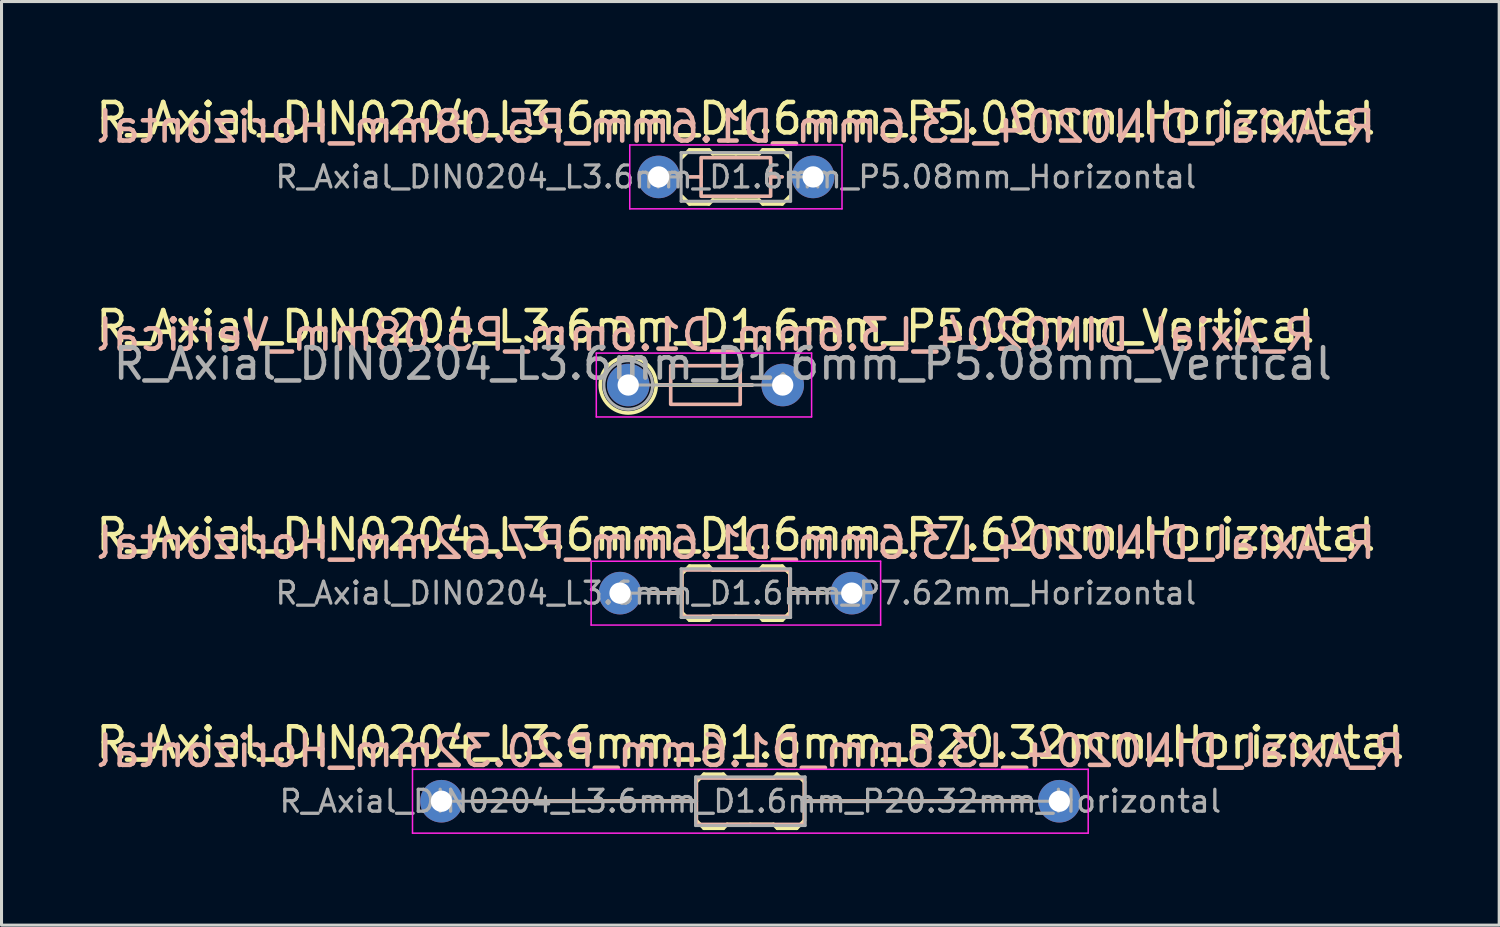
<source format=kicad_pcb>
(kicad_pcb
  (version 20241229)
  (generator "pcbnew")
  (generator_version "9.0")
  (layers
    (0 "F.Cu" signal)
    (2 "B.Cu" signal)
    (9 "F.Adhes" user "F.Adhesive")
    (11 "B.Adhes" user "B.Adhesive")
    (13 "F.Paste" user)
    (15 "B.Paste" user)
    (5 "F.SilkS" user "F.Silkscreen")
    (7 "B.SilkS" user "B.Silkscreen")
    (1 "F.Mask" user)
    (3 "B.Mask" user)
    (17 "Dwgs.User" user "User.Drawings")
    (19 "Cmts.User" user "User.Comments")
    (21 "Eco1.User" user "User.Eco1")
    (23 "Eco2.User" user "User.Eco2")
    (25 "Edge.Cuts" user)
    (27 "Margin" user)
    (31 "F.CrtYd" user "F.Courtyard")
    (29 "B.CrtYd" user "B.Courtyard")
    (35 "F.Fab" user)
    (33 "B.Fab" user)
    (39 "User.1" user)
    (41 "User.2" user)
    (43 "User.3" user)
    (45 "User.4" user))
  (footprint "R_Axial_DIN0204_L3.6mm_D1.6mm_P20.32mm_Horizontal"
    (layer "F.Cu")
    (at 11.465 23.298)
    (property "Reference" "R_Axial_DIN0204_L3.6mm_D1.6mm_P20.32mm_Horizontal" (at 10.16 -1.92 0) (layer "F.SilkS") (effects (font (size 1 1) (thickness 0.15))))
    (fp_line (start 1.016 0) (end 8.24 0) (stroke (width 0.12) (type solid)) (layer "F.SilkS"))
    (fp_line (start 8.24 0) (end 8.382 0) (stroke (width 0.12) (type solid)) (layer "F.SilkS"))
    (fp_line (start 8.382 -0.635) (end 8.636 -0.889) (stroke (width 0.12) (type solid)) (layer "F.SilkS"))
    (fp_line (start 8.382 0.635) (end 8.382 -0.635) (stroke (width 0.12) (type solid)) (layer "F.SilkS"))
    (fp_line (start 8.382 0.635) (end 8.636 0.889) (stroke (width 0.12) (type solid)) (layer "F.SilkS"))
    (fp_line (start 8.636 -0.889) (end 9.271 -0.889) (stroke (width 0.12) (type solid)) (layer "F.SilkS"))
    (fp_line (start 8.636 0.889) (end 9.271 0.889) (stroke (width 0.12) (type solid)) (layer "F.SilkS"))
    (fp_line (start 9.271 -0.889) (end 9.398 -0.762) (stroke (width 0.12) (type solid)) (layer "F.SilkS"))
    (fp_line (start 9.271 0.889) (end 9.398 0.762) (stroke (width 0.12) (type solid)) (layer "F.SilkS"))
    (fp_line (start 9.398 -0.762) (end 10.16 -0.762) (stroke (width 0.12) (type solid)) (layer "F.SilkS"))
    (fp_line (start 9.398 0.762) (end 10.16 0.762) (stroke (width 0.12) (type solid)) (layer "F.SilkS"))
    (fp_line (start 10.922 -0.762) (end 10.16 -0.762) (stroke (width 0.12) (type solid)) (layer "F.SilkS"))
    (fp_line (start 10.922 0.762) (end 10.16 0.762) (stroke (width 0.12) (type solid)) (layer "F.SilkS"))
    (fp_line (start 11.049 -0.889) (end 10.922 -0.762) (stroke (width 0.12) (type solid)) (layer "F.SilkS"))
    (fp_line (start 11.049 0.889) (end 10.922 0.762) (stroke (width 0.12) (type solid)) (layer "F.SilkS"))
    (fp_line (start 11.684 -0.889) (end 11.049 -0.889) (stroke (width 0.12) (type solid)) (layer "F.SilkS"))
    (fp_line (start 11.684 0.889) (end 11.049 0.889) (stroke (width 0.12) (type solid)) (layer "F.SilkS"))
    (fp_line (start 11.938 -0.635) (end 11.684 -0.889) (stroke (width 0.12) (type solid)) (layer "F.SilkS"))
    (fp_line (start 11.938 -0.635) (end 11.938 0.635) (stroke (width 0.12) (type solid)) (layer "F.SilkS"))
    (fp_line (start 11.938 0.635) (end 11.684 0.889) (stroke (width 0.12) (type solid)) (layer "F.SilkS"))
    (fp_line (start 12.065 0) (end 11.938 0) (stroke (width 0.12) (type solid)) (layer "F.SilkS"))
    (fp_line (start 19.304 0) (end 12.08 0) (stroke (width 0.12) (type solid)) (layer "F.SilkS"))
    (fp_line (start 8.382 0) (end 1.016 0) (stroke (width 0.12) (type solid)) (layer "B.SilkS"))
    (fp_line (start 11.938 0) (end 19.304 0) (stroke (width 0.12) (type solid)) (layer "B.SilkS"))
    (fp_rect (start 8.382 -0.762) (end 11.938 0.762) (stroke (width 0.12) (type solid)) (fill no) (layer "B.SilkS"))
    (fp_line (start -0.95 -1.05) (end -0.95 1.05) (stroke (width 0.05) (type solid)) (layer "F.CrtYd"))
    (fp_line (start -0.95 1.05) (end 21.27 1.05) (stroke (width 0.05) (type solid)) (layer "F.CrtYd"))
    (fp_line (start 21.27 -1.05) (end -0.95 -1.05) (stroke (width 0.05) (type solid)) (layer "F.CrtYd"))
    (fp_line (start 21.27 1.05) (end 21.27 -1.05) (stroke (width 0.05) (type solid)) (layer "F.CrtYd"))
    (fp_line (start 0 0) (end 8.382 0) (stroke (width 0.1) (type solid)) (layer "F.Fab"))
    (fp_line (start 8.36 -0.8) (end 8.36 0.8) (stroke (width 0.1) (type solid)) (layer "F.Fab"))
    (fp_line (start 8.36 0.8) (end 11.96 0.8) (stroke (width 0.1) (type solid)) (layer "F.Fab"))
    (fp_line (start 11.96 -0.8) (end 8.36 -0.8) (stroke (width 0.1) (type solid)) (layer "F.Fab"))
    (fp_line (start 11.96 0.8) (end 11.96 -0.8) (stroke (width 0.1) (type solid)) (layer "F.Fab"))
    (fp_line (start 20.32 0) (end 11.96 0) (stroke (width 0.1) (type solid)) (layer "F.Fab"))
    (fp_text user "${REFERENCE}" (at 10.16 -1.651 0) (layer "B.SilkS") (effects (font (size 1 1) (thickness 0.15)) (justify mirror)))
    (fp_text user "${REFERENCE}" (at 10.16 0 0) (layer "F.Fab") (effects (font (size 0.72 0.72) (thickness 0.108))))
    (pad "1" thru_hole circle (at 0 0) (size 1.4 1.4) (drill 0.7) (layers "*.Cu" "*.Mask"))
    (pad "2" thru_hole oval (at 20.32 0) (size 1.4 1.4) (drill 0.7) (layers "*.Cu" "*.Mask")))
  (footprint "R_Axial_DIN0204_L3.6mm_D1.6mm_P7.62mm_Horizontal"
    (layer "F.Cu")
    (at 17.339 16.455)
    (property "Reference" "R_Axial_DIN0204_L3.6mm_D1.6mm_P7.62mm_Horizontal" (at 3.81 -1.92 0) (layer "F.SilkS") (effects (font (size 1 1) (thickness 0.15))))
    (fp_line (start 0.94 0) (end 1.89 0) (stroke (width 0.12) (type solid)) (layer "F.SilkS"))
    (fp_line (start 1.89 0) (end 2.032 0) (stroke (width 0.12) (type solid)) (layer "F.SilkS"))
    (fp_line (start 2.032 -0.635) (end 2.286 -0.889) (stroke (width 0.12) (type solid)) (layer "F.SilkS"))
    (fp_line (start 2.032 0.635) (end 2.032 -0.635) (stroke (width 0.12) (type solid)) (layer "F.SilkS"))
    (fp_line (start 2.032 0.635) (end 2.286 0.889) (stroke (width 0.12) (type solid)) (layer "F.SilkS"))
    (fp_line (start 2.286 -0.889) (end 2.921 -0.889) (stroke (width 0.12) (type solid)) (layer "F.SilkS"))
    (fp_line (start 2.286 0.889) (end 2.921 0.889) (stroke (width 0.12) (type solid)) (layer "F.SilkS"))
    (fp_line (start 2.921 -0.889) (end 3.048 -0.762) (stroke (width 0.12) (type solid)) (layer "F.SilkS"))
    (fp_line (start 2.921 0.889) (end 3.048 0.762) (stroke (width 0.12) (type solid)) (layer "F.SilkS"))
    (fp_line (start 3.048 -0.762) (end 3.81 -0.762) (stroke (width 0.12) (type solid)) (layer "F.SilkS"))
    (fp_line (start 3.048 0.762) (end 3.81 0.762) (stroke (width 0.12) (type solid)) (layer "F.SilkS"))
    (fp_line (start 4.572 -0.762) (end 3.81 -0.762) (stroke (width 0.12) (type solid)) (layer "F.SilkS"))
    (fp_line (start 4.572 0.762) (end 3.81 0.762) (stroke (width 0.12) (type solid)) (layer "F.SilkS"))
    (fp_line (start 4.699 -0.889) (end 4.572 -0.762) (stroke (width 0.12) (type solid)) (layer "F.SilkS"))
    (fp_line (start 4.699 0.889) (end 4.572 0.762) (stroke (width 0.12) (type solid)) (layer "F.SilkS"))
    (fp_line (start 5.334 -0.889) (end 4.699 -0.889) (stroke (width 0.12) (type solid)) (layer "F.SilkS"))
    (fp_line (start 5.334 0.889) (end 4.699 0.889) (stroke (width 0.12) (type solid)) (layer "F.SilkS"))
    (fp_line (start 5.588 -0.635) (end 5.334 -0.889) (stroke (width 0.12) (type solid)) (layer "F.SilkS"))
    (fp_line (start 5.588 -0.635) (end 5.588 0.635) (stroke (width 0.12) (type solid)) (layer "F.SilkS"))
    (fp_line (start 5.588 0.635) (end 5.334 0.889) (stroke (width 0.12) (type solid)) (layer "F.SilkS"))
    (fp_line (start 5.715 0) (end 5.588 0) (stroke (width 0.12) (type solid)) (layer "F.SilkS"))
    (fp_line (start 6.68 0) (end 5.73 0) (stroke (width 0.12) (type solid)) (layer "F.SilkS"))
    (fp_line (start 2.032 0) (end 1.016 0) (stroke (width 0.12) (type solid)) (layer "B.SilkS"))
    (fp_line (start 5.588 0) (end 6.604 0) (stroke (width 0.12) (type solid)) (layer "B.SilkS"))
    (fp_rect (start 2.032 -0.762) (end 5.588 0.762) (stroke (width 0.12) (type solid)) (fill no) (layer "B.SilkS"))
    (fp_line (start -0.95 -1.05) (end -0.95 1.05) (stroke (width 0.05) (type solid)) (layer "F.CrtYd"))
    (fp_line (start -0.95 1.05) (end 8.57 1.05) (stroke (width 0.05) (type solid)) (layer "F.CrtYd"))
    (fp_line (start 8.57 -1.05) (end -0.95 -1.05) (stroke (width 0.05) (type solid)) (layer "F.CrtYd"))
    (fp_line (start 8.57 1.05) (end 8.57 -1.05) (stroke (width 0.05) (type solid)) (layer "F.CrtYd"))
    (fp_line (start 0 0) (end 2.01 0) (stroke (width 0.1) (type solid)) (layer "F.Fab"))
    (fp_line (start 2.01 -0.8) (end 2.01 0.8) (stroke (width 0.1) (type solid)) (layer "F.Fab"))
    (fp_line (start 2.01 0.8) (end 5.61 0.8) (stroke (width 0.1) (type solid)) (layer "F.Fab"))
    (fp_line (start 5.61 -0.8) (end 2.01 -0.8) (stroke (width 0.1) (type solid)) (layer "F.Fab"))
    (fp_line (start 5.61 0.8) (end 5.61 -0.8) (stroke (width 0.1) (type solid)) (layer "F.Fab"))
    (fp_line (start 7.62 0) (end 5.61 0) (stroke (width 0.1) (type solid)) (layer "F.Fab"))
    (fp_text user "${REFERENCE}" (at 3.81 -1.651 0) (layer "B.SilkS") (effects (font (size 1 1) (thickness 0.15)) (justify mirror)))
    (fp_text user "${REFERENCE}" (at 3.81 0 0) (layer "F.Fab") (effects (font (size 0.72 0.72) (thickness 0.108))))
    (pad "1" thru_hole circle (at 0 0) (size 1.4 1.4) (drill 0.7) (layers "*.Cu" "*.Mask"))
    (pad "2" thru_hole oval (at 7.62 0) (size 1.4 1.4) (drill 0.7) (layers "*.Cu" "*.Mask")))
  (footprint "R_Axial_DIN0204_L3.6mm_D1.6mm_P5.08mm_Horizontal"
    (layer "F.Cu")
    (at 18.609 2.768)
    (property "Reference" "R_Axial_DIN0204_L3.6mm_D1.6mm_P5.08mm_Horizontal" (at 2.54 -1.92 0) (layer "F.SilkS") (effects (font (size 1 1) (thickness 0.15))))
    (fp_line (start 0.762 -0.635) (end 1.016 -0.889) (stroke (width 0.12) (type solid)) (layer "F.SilkS"))
    (fp_line (start 0.762 0.635) (end 1.016 0.889) (stroke (width 0.12) (type solid)) (layer "F.SilkS"))
    (fp_line (start 1.016 -0.889) (end 1.651 -0.889) (stroke (width 0.12) (type solid)) (layer "F.SilkS"))
    (fp_line (start 1.016 0.889) (end 1.651 0.889) (stroke (width 0.12) (type solid)) (layer "F.SilkS"))
    (fp_line (start 1.651 -0.889) (end 1.778 -0.762) (stroke (width 0.12) (type solid)) (layer "F.SilkS"))
    (fp_line (start 1.651 0.889) (end 1.778 0.762) (stroke (width 0.12) (type solid)) (layer "F.SilkS"))
    (fp_line (start 1.778 -0.762) (end 2.54 -0.762) (stroke (width 0.12) (type solid)) (layer "F.SilkS"))
    (fp_line (start 1.778 0.762) (end 2.54 0.762) (stroke (width 0.12) (type solid)) (layer "F.SilkS"))
    (fp_line (start 3.302 -0.762) (end 2.54 -0.762) (stroke (width 0.12) (type solid)) (layer "F.SilkS"))
    (fp_line (start 3.302 0.762) (end 2.54 0.762) (stroke (width 0.12) (type solid)) (layer "F.SilkS"))
    (fp_line (start 3.429 -0.889) (end 3.302 -0.762) (stroke (width 0.12) (type solid)) (layer "F.SilkS"))
    (fp_line (start 3.429 0.889) (end 3.302 0.762) (stroke (width 0.12) (type solid)) (layer "F.SilkS"))
    (fp_line (start 4.064 -0.889) (end 3.429 -0.889) (stroke (width 0.12) (type solid)) (layer "F.SilkS"))
    (fp_line (start 4.064 0.889) (end 3.429 0.889) (stroke (width 0.12) (type solid)) (layer "F.SilkS"))
    (fp_line (start 4.318 -0.635) (end 4.064 -0.889) (stroke (width 0.12) (type solid)) (layer "F.SilkS"))
    (fp_line (start 4.318 0.635) (end 4.064 0.889) (stroke (width 0.12) (type solid)) (layer "F.SilkS"))
    (fp_line (start 1.016 0) (end 1.397 0) (stroke (width 0.12) (type solid)) (layer "B.SilkS"))
    (fp_line (start 4.064 0) (end 3.683 0) (stroke (width 0.12) (type solid)) (layer "B.SilkS"))
    (fp_rect (start 1.397 -0.635) (end 3.683 0.635) (stroke (width 0.12) (type solid)) (fill no) (layer "B.SilkS"))
    (fp_line (start -0.95 -1.05) (end -0.95 1.05) (stroke (width 0.05) (type solid)) (layer "F.CrtYd"))
    (fp_line (start -0.95 1.05) (end 6.03 1.05) (stroke (width 0.05) (type solid)) (layer "F.CrtYd"))
    (fp_line (start 6.03 -1.05) (end -0.95 -1.05) (stroke (width 0.05) (type solid)) (layer "F.CrtYd"))
    (fp_line (start 6.03 1.05) (end 6.03 -1.05) (stroke (width 0.05) (type solid)) (layer "F.CrtYd"))
    (fp_line (start 0 0) (end 0.74 0) (stroke (width 0.1) (type solid)) (layer "F.Fab"))
    (fp_line (start 0.74 -0.8) (end 0.74 0.8) (stroke (width 0.1) (type solid)) (layer "F.Fab"))
    (fp_line (start 0.74 0.8) (end 4.34 0.8) (stroke (width 0.1) (type solid)) (layer "F.Fab"))
    (fp_line (start 4.34 -0.8) (end 0.74 -0.8) (stroke (width 0.1) (type solid)) (layer "F.Fab"))
    (fp_line (start 4.34 0.8) (end 4.34 -0.8) (stroke (width 0.1) (type solid)) (layer "F.Fab"))
    (fp_line (start 5.08 0) (end 4.34 0) (stroke (width 0.1) (type solid)) (layer "F.Fab"))
    (fp_text user "${REFERENCE}" (at 2.54 -1.651 0) (layer "B.SilkS") (effects (font (size 1 1) (thickness 0.15)) (justify mirror)))
    (fp_text user "${REFERENCE}" (at 2.54 0 0) (layer "F.Fab") (effects (font (size 0.72 0.72) (thickness 0.108))))
    (pad "1" thru_hole circle (at 0 0) (size 1.4 1.4) (drill 0.7) (layers "*.Cu" "*.Mask"))
    (pad "2" thru_hole oval (at 5.08 0) (size 1.4 1.4) (drill 0.7) (layers "*.Cu" "*.Mask")))
  (footprint "R_Axial_DIN0204_L3.6mm_D1.6mm_P5.08mm_Vertical"
    (layer "F.Cu")
    (at 17.609 9.611)
    (property "Reference" "R_Axial_DIN0204_L3.6mm_D1.6mm_P5.08mm_Vertical" (at 2.54 -1.92 0) (layer "F.SilkS") (effects (font (size 1 1) (thickness 0.15))))
    (fp_line (start 0.92 0) (end 4.08 0) (stroke (width 0.12) (type solid)) (layer "F.SilkS"))
    (fp_circle (center 0 0) (end 0.92 0) (stroke (width 0.12) (type solid)) (fill no) (layer "F.SilkS"))
    (fp_line (start 1.016 0) (end 1.397 0) (stroke (width 0.12) (type solid)) (layer "B.SilkS"))
    (fp_line (start 4.064 0) (end 3.683 0) (stroke (width 0.12) (type solid)) (layer "B.SilkS"))
    (fp_rect (start 1.397 -0.635) (end 3.683 0.635) (stroke (width 0.12) (type solid)) (fill no) (layer "B.SilkS"))
    (fp_line (start -1.05 -1.05) (end -1.05 1.05) (stroke (width 0.05) (type solid)) (layer "F.CrtYd"))
    (fp_line (start -1.05 1.05) (end 6.03 1.05) (stroke (width 0.05) (type solid)) (layer "F.CrtYd"))
    (fp_line (start 6.03 -1.05) (end -1.05 -1.05) (stroke (width 0.05) (type solid)) (layer "F.CrtYd"))
    (fp_line (start 6.03 1.05) (end 6.03 -1.05) (stroke (width 0.05) (type solid)) (layer "F.CrtYd"))
    (fp_line (start 0 0) (end 5.08 0) (stroke (width 0.1) (type solid)) (layer "F.Fab"))
    (fp_circle (center 0 0) (end 0.8 0) (stroke (width 0.1) (type solid)) (fill no) (layer "F.Fab"))
    (fp_text user "${REFERENCE}" (at 2.54 -1.651 0) (layer "B.SilkS") (effects (font (size 1 1) (thickness 0.15)) (justify mirror)))
    (fp_text user "${REFERENCE}" (at 3.111 -0.699 0) (layer "F.Fab") (effects (font (size 1 1) (thickness 0.15))))
    (pad "1" thru_hole circle (at 0 0) (size 1.4 1.4) (drill 0.7) (layers "*.Cu" "*.Mask"))
    (pad "2" thru_hole oval (at 5.08 0) (size 1.4 1.4) (drill 0.7) (layers "*.Cu" "*.Mask")))
  (gr_rect
    (start -3 -3)
    (end 46.25 27.373)
    (stroke (width 0.1) (type default))
    (fill no)
    (layer "Edge.Cuts")))
</source>
